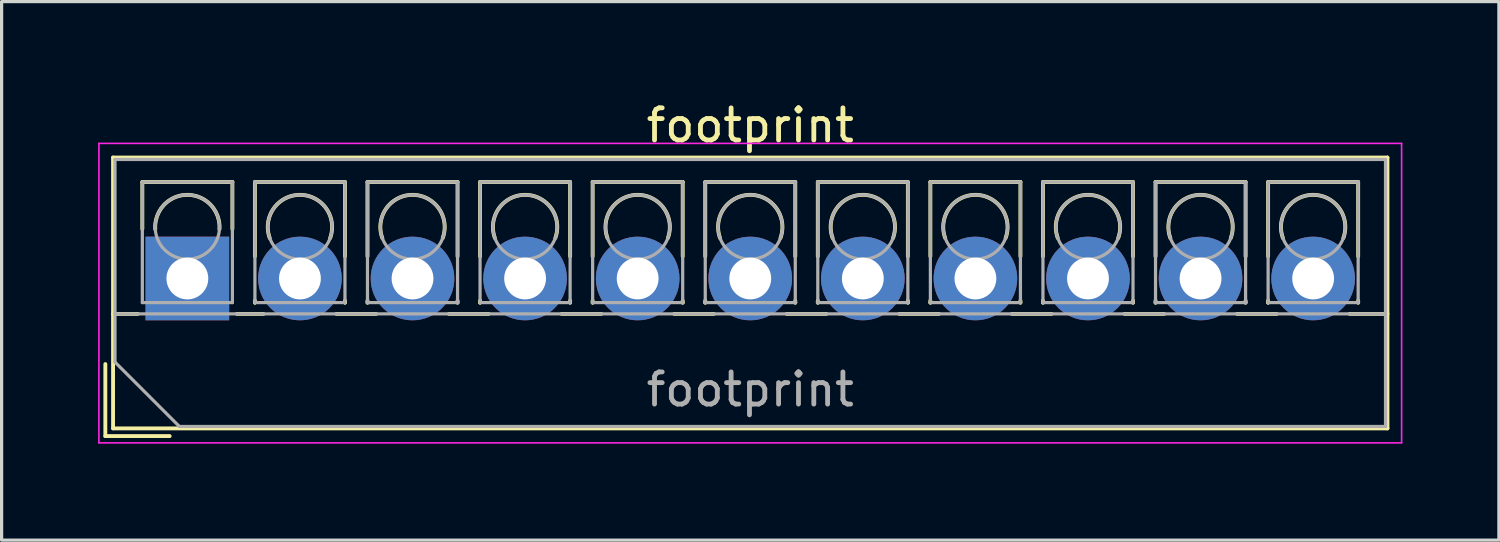
<source format=kicad_pcb>
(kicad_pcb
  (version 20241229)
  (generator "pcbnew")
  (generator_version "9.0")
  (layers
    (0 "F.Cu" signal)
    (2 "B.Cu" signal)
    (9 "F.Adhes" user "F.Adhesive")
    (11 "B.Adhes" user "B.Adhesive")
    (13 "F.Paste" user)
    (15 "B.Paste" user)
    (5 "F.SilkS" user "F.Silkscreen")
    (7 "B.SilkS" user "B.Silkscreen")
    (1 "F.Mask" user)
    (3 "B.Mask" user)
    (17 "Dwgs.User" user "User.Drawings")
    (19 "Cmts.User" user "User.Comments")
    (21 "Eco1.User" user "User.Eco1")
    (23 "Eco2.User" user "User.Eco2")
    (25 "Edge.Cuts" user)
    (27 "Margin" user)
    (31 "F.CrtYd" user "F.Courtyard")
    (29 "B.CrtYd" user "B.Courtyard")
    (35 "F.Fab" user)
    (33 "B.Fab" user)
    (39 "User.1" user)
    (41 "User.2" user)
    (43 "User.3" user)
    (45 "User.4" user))
  (footprint "footprint"
    (layer "F.Cu")
    (at 2.775 5.608)
    (property "Reference" "footprint" (at 17.5 -4.76 0) (layer "F.SilkS") (effects (font (size 1 1) (thickness 0.15))))
    (attr through_hole)
    (fp_line (start -2.55 2.66) (end -2.55 4.9) (stroke (width 0.12) (type solid)) (layer "F.SilkS"))
    (fp_line (start -2.55 4.9) (end -0.55 4.9) (stroke (width 0.12) (type solid)) (layer "F.SilkS"))
    (fp_line (start -2.31 -3.76) (end -2.31 4.66) (stroke (width 0.12) (type solid)) (layer "F.SilkS"))
    (fp_line (start -2.31 -3.76) (end 37.31 -3.76) (stroke (width 0.12) (type solid)) (layer "F.SilkS"))
    (fp_line (start -2.31 1.101) (end -1.54 1.101) (stroke (width 0.12) (type solid)) (layer "F.SilkS"))
    (fp_line (start -2.31 4.66) (end 37.31 4.66) (stroke (width 0.12) (type solid)) (layer "F.SilkS"))
    (fp_line (start -1.4 -3) (end -1.4 -1.54) (stroke (width 0.12) (type solid)) (layer "F.SilkS"))
    (fp_line (start -1.4 -3) (end 1.4 -3) (stroke (width 0.12) (type solid)) (layer "F.SilkS"))
    (fp_line (start 1.4 -3) (end 1.4 -1.54) (stroke (width 0.12) (type solid)) (layer "F.SilkS"))
    (fp_line (start 1.54 1.101) (end 2.367 1.101) (stroke (width 0.12) (type solid)) (layer "F.SilkS"))
    (fp_line (start 2.1 -3) (end 2.1 -0.689) (stroke (width 0.12) (type solid)) (layer "F.SilkS"))
    (fp_line (start 2.1 -3) (end 4.9 -3) (stroke (width 0.12) (type solid)) (layer "F.SilkS"))
    (fp_line (start 2.1 0.689) (end 2.1 0.75) (stroke (width 0.12) (type solid)) (layer "F.SilkS"))
    (fp_line (start 2.1 0.75) (end 2.101 0.75) (stroke (width 0.12) (type solid)) (layer "F.SilkS"))
    (fp_line (start 4.634 1.101) (end 5.867 1.101) (stroke (width 0.12) (type solid)) (layer "F.SilkS"))
    (fp_line (start 4.9 -3) (end 4.9 -0.689) (stroke (width 0.12) (type solid)) (layer "F.SilkS"))
    (fp_line (start 4.9 0.689) (end 4.9 0.75) (stroke (width 0.12) (type solid)) (layer "F.SilkS"))
    (fp_line (start 4.9 0.75) (end 4.9 0.75) (stroke (width 0.12) (type solid)) (layer "F.SilkS"))
    (fp_line (start 5.6 -3) (end 5.6 -0.689) (stroke (width 0.12) (type solid)) (layer "F.SilkS"))
    (fp_line (start 5.6 -3) (end 8.4 -3) (stroke (width 0.12) (type solid)) (layer "F.SilkS"))
    (fp_line (start 5.6 0.689) (end 5.6 0.75) (stroke (width 0.12) (type solid)) (layer "F.SilkS"))
    (fp_line (start 5.6 0.75) (end 5.601 0.75) (stroke (width 0.12) (type solid)) (layer "F.SilkS"))
    (fp_line (start 8.134 1.101) (end 9.367 1.101) (stroke (width 0.12) (type solid)) (layer "F.SilkS"))
    (fp_line (start 8.4 -3) (end 8.4 -0.689) (stroke (width 0.12) (type solid)) (layer "F.SilkS"))
    (fp_line (start 8.4 0.689) (end 8.4 0.75) (stroke (width 0.12) (type solid)) (layer "F.SilkS"))
    (fp_line (start 8.4 0.75) (end 8.4 0.75) (stroke (width 0.12) (type solid)) (layer "F.SilkS"))
    (fp_line (start 9.1 -3) (end 9.1 -0.689) (stroke (width 0.12) (type solid)) (layer "F.SilkS"))
    (fp_line (start 9.1 -3) (end 11.9 -3) (stroke (width 0.12) (type solid)) (layer "F.SilkS"))
    (fp_line (start 9.1 0.689) (end 9.1 0.75) (stroke (width 0.12) (type solid)) (layer "F.SilkS"))
    (fp_line (start 9.1 0.75) (end 9.101 0.75) (stroke (width 0.12) (type solid)) (layer "F.SilkS"))
    (fp_line (start 11.634 1.101) (end 12.867 1.101) (stroke (width 0.12) (type solid)) (layer "F.SilkS"))
    (fp_line (start 11.9 -3) (end 11.9 -0.689) (stroke (width 0.12) (type solid)) (layer "F.SilkS"))
    (fp_line (start 11.9 0.689) (end 11.9 0.75) (stroke (width 0.12) (type solid)) (layer "F.SilkS"))
    (fp_line (start 11.9 0.75) (end 11.9 0.75) (stroke (width 0.12) (type solid)) (layer "F.SilkS"))
    (fp_line (start 12.6 -3) (end 12.6 -0.689) (stroke (width 0.12) (type solid)) (layer "F.SilkS"))
    (fp_line (start 12.6 -3) (end 15.4 -3) (stroke (width 0.12) (type solid)) (layer "F.SilkS"))
    (fp_line (start 12.6 0.689) (end 12.6 0.75) (stroke (width 0.12) (type solid)) (layer "F.SilkS"))
    (fp_line (start 12.6 0.75) (end 12.601 0.75) (stroke (width 0.12) (type solid)) (layer "F.SilkS"))
    (fp_line (start 15.134 1.101) (end 16.367 1.101) (stroke (width 0.12) (type solid)) (layer "F.SilkS"))
    (fp_line (start 15.4 -3) (end 15.4 -0.689) (stroke (width 0.12) (type solid)) (layer "F.SilkS"))
    (fp_line (start 15.4 0.689) (end 15.4 0.75) (stroke (width 0.12) (type solid)) (layer "F.SilkS"))
    (fp_line (start 15.4 0.75) (end 15.4 0.75) (stroke (width 0.12) (type solid)) (layer "F.SilkS"))
    (fp_line (start 16.101 -3) (end 16.101 -0.689) (stroke (width 0.12) (type solid)) (layer "F.SilkS"))
    (fp_line (start 16.101 -3) (end 18.9 -3) (stroke (width 0.12) (type solid)) (layer "F.SilkS"))
    (fp_line (start 16.101 0.689) (end 16.101 0.75) (stroke (width 0.12) (type solid)) (layer "F.SilkS"))
    (fp_line (start 16.101 0.75) (end 16.101 0.75) (stroke (width 0.12) (type solid)) (layer "F.SilkS"))
    (fp_line (start 18.634 1.101) (end 19.867 1.101) (stroke (width 0.12) (type solid)) (layer "F.SilkS"))
    (fp_line (start 18.9 -3) (end 18.9 -0.689) (stroke (width 0.12) (type solid)) (layer "F.SilkS"))
    (fp_line (start 18.9 0.689) (end 18.9 0.75) (stroke (width 0.12) (type solid)) (layer "F.SilkS"))
    (fp_line (start 18.9 0.75) (end 18.9 0.75) (stroke (width 0.12) (type solid)) (layer "F.SilkS"))
    (fp_line (start 19.6 -3) (end 19.6 -0.689) (stroke (width 0.12) (type solid)) (layer "F.SilkS"))
    (fp_line (start 19.6 -3) (end 22.4 -3) (stroke (width 0.12) (type solid)) (layer "F.SilkS"))
    (fp_line (start 19.6 0.689) (end 19.6 0.75) (stroke (width 0.12) (type solid)) (layer "F.SilkS"))
    (fp_line (start 19.6 0.75) (end 19.601 0.75) (stroke (width 0.12) (type solid)) (layer "F.SilkS"))
    (fp_line (start 22.134 1.101) (end 23.367 1.101) (stroke (width 0.12) (type solid)) (layer "F.SilkS"))
    (fp_line (start 22.4 -3) (end 22.4 -0.689) (stroke (width 0.12) (type solid)) (layer "F.SilkS"))
    (fp_line (start 22.4 0.689) (end 22.4 0.75) (stroke (width 0.12) (type solid)) (layer "F.SilkS"))
    (fp_line (start 22.4 0.75) (end 22.4 0.75) (stroke (width 0.12) (type solid)) (layer "F.SilkS"))
    (fp_line (start 23.1 -3) (end 23.1 -0.689) (stroke (width 0.12) (type solid)) (layer "F.SilkS"))
    (fp_line (start 23.1 -3) (end 25.9 -3) (stroke (width 0.12) (type solid)) (layer "F.SilkS"))
    (fp_line (start 23.1 0.689) (end 23.1 0.75) (stroke (width 0.12) (type solid)) (layer "F.SilkS"))
    (fp_line (start 23.1 0.75) (end 23.101 0.75) (stroke (width 0.12) (type solid)) (layer "F.SilkS"))
    (fp_line (start 25.634 1.101) (end 26.867 1.101) (stroke (width 0.12) (type solid)) (layer "F.SilkS"))
    (fp_line (start 25.9 -3) (end 25.9 -0.689) (stroke (width 0.12) (type solid)) (layer "F.SilkS"))
    (fp_line (start 25.9 0.689) (end 25.9 0.75) (stroke (width 0.12) (type solid)) (layer "F.SilkS"))
    (fp_line (start 25.9 0.75) (end 25.9 0.75) (stroke (width 0.12) (type solid)) (layer "F.SilkS"))
    (fp_line (start 26.6 -3) (end 26.6 -0.689) (stroke (width 0.12) (type solid)) (layer "F.SilkS"))
    (fp_line (start 26.6 -3) (end 29.4 -3) (stroke (width 0.12) (type solid)) (layer "F.SilkS"))
    (fp_line (start 26.6 0.689) (end 26.6 0.75) (stroke (width 0.12) (type solid)) (layer "F.SilkS"))
    (fp_line (start 26.6 0.75) (end 26.601 0.75) (stroke (width 0.12) (type solid)) (layer "F.SilkS"))
    (fp_line (start 29.134 1.101) (end 30.367 1.101) (stroke (width 0.12) (type solid)) (layer "F.SilkS"))
    (fp_line (start 29.4 -3) (end 29.4 -0.689) (stroke (width 0.12) (type solid)) (layer "F.SilkS"))
    (fp_line (start 29.4 0.689) (end 29.4 0.75) (stroke (width 0.12) (type solid)) (layer "F.SilkS"))
    (fp_line (start 29.4 0.75) (end 29.4 0.75) (stroke (width 0.12) (type solid)) (layer "F.SilkS"))
    (fp_line (start 30.1 -3) (end 30.1 -0.689) (stroke (width 0.12) (type solid)) (layer "F.SilkS"))
    (fp_line (start 30.1 -3) (end 32.9 -3) (stroke (width 0.12) (type solid)) (layer "F.SilkS"))
    (fp_line (start 30.1 0.689) (end 30.1 0.75) (stroke (width 0.12) (type solid)) (layer "F.SilkS"))
    (fp_line (start 30.1 0.75) (end 30.101 0.75) (stroke (width 0.12) (type solid)) (layer "F.SilkS"))
    (fp_line (start 32.634 1.101) (end 33.867 1.101) (stroke (width 0.12) (type solid)) (layer "F.SilkS"))
    (fp_line (start 32.9 -3) (end 32.9 -0.689) (stroke (width 0.12) (type solid)) (layer "F.SilkS"))
    (fp_line (start 32.9 0.689) (end 32.9 0.75) (stroke (width 0.12) (type solid)) (layer "F.SilkS"))
    (fp_line (start 32.9 0.75) (end 32.9 0.75) (stroke (width 0.12) (type solid)) (layer "F.SilkS"))
    (fp_line (start 33.6 -3) (end 33.6 -0.689) (stroke (width 0.12) (type solid)) (layer "F.SilkS"))
    (fp_line (start 33.6 -3) (end 36.4 -3) (stroke (width 0.12) (type solid)) (layer "F.SilkS"))
    (fp_line (start 33.6 0.689) (end 33.6 0.75) (stroke (width 0.12) (type solid)) (layer "F.SilkS"))
    (fp_line (start 33.6 0.75) (end 33.601 0.75) (stroke (width 0.12) (type solid)) (layer "F.SilkS"))
    (fp_line (start 36.134 1.101) (end 37.31 1.101) (stroke (width 0.12) (type solid)) (layer "F.SilkS"))
    (fp_line (start 36.4 -3) (end 36.4 -0.689) (stroke (width 0.12) (type solid)) (layer "F.SilkS"))
    (fp_line (start 36.4 0.689) (end 36.4 0.75) (stroke (width 0.12) (type solid)) (layer "F.SilkS"))
    (fp_line (start 36.4 0.75) (end 36.4 0.75) (stroke (width 0.12) (type solid)) (layer "F.SilkS"))
    (fp_line (start 37.31 -3.76) (end 37.31 4.66) (stroke (width 0.12) (type solid)) (layer "F.SilkS"))
    (fp_arc (start -0.99789 -1.529434) (mid -0.000785 -2.600382) (end 0.998 -1.531) (stroke (width 0.12) (type solid)) (layer "F.SilkS"))
    (fp_arc (start 2.560085 -1.257767) (mid 3.499876 -2.600282) (end 4.44 -1.258) (stroke (width 0.12) (type solid)) (layer "F.SilkS"))
    (fp_arc (start 6.060085 -1.257767) (mid 6.999876 -2.600282) (end 7.94 -1.258) (stroke (width 0.12) (type solid)) (layer "F.SilkS"))
    (fp_arc (start 9.560085 -1.257767) (mid 10.499876 -2.600282) (end 11.44 -1.258) (stroke (width 0.12) (type solid)) (layer "F.SilkS"))
    (fp_arc (start 13.060085 -1.257767) (mid 13.999876 -2.600282) (end 14.94 -1.258) (stroke (width 0.12) (type solid)) (layer "F.SilkS"))
    (fp_arc (start 16.560085 -1.257767) (mid 17.499876 -2.600282) (end 18.44 -1.258) (stroke (width 0.12) (type solid)) (layer "F.SilkS"))
    (fp_arc (start 20.060085 -1.257767) (mid 20.999876 -2.600282) (end 21.94 -1.258) (stroke (width 0.12) (type solid)) (layer "F.SilkS"))
    (fp_arc (start 23.560085 -1.257767) (mid 24.499876 -2.600282) (end 25.44 -1.258) (stroke (width 0.12) (type solid)) (layer "F.SilkS"))
    (fp_arc (start 27.060085 -1.257767) (mid 27.999876 -2.600282) (end 28.94 -1.258) (stroke (width 0.12) (type solid)) (layer "F.SilkS"))
    (fp_arc (start 30.560085 -1.257767) (mid 31.499876 -2.600282) (end 32.44 -1.258) (stroke (width 0.12) (type solid)) (layer "F.SilkS"))
    (fp_arc (start 34.060085 -1.257767) (mid 34.999876 -2.600282) (end 35.94 -1.258) (stroke (width 0.12) (type solid)) (layer "F.SilkS"))
    (fp_line (start -2.75 -4.2) (end -2.75 5.11) (stroke (width 0.05) (type solid)) (layer "F.CrtYd"))
    (fp_line (start -2.75 5.11) (end 37.75 5.11) (stroke (width 0.05) (type solid)) (layer "F.CrtYd"))
    (fp_line (start 37.75 -4.2) (end -2.75 -4.2) (stroke (width 0.05) (type solid)) (layer "F.CrtYd"))
    (fp_line (start 37.75 5.11) (end 37.75 -4.2) (stroke (width 0.05) (type solid)) (layer "F.CrtYd"))
    (fp_line (start -2.25 -3.7) (end 37.25 -3.7) (stroke (width 0.1) (type solid)) (layer "F.Fab"))
    (fp_line (start -2.25 1.1) (end 37.25 1.1) (stroke (width 0.1) (type solid)) (layer "F.Fab"))
    (fp_line (start -2.25 2.6) (end -2.25 -3.7) (stroke (width 0.1) (type solid)) (layer "F.Fab"))
    (fp_line (start -1.4 -3) (end -1.4 0.75) (stroke (width 0.1) (type solid)) (layer "F.Fab"))
    (fp_line (start -1.4 0.75) (end 1.4 0.75) (stroke (width 0.1) (type solid)) (layer "F.Fab"))
    (fp_line (start -0.25 4.6) (end -2.25 2.6) (stroke (width 0.1) (type solid)) (layer "F.Fab"))
    (fp_line (start 1.4 -3) (end -1.4 -3) (stroke (width 0.1) (type solid)) (layer "F.Fab"))
    (fp_line (start 1.4 0.75) (end 1.4 -3) (stroke (width 0.1) (type solid)) (layer "F.Fab"))
    (fp_line (start 2.1 -3) (end 2.1 0.75) (stroke (width 0.1) (type solid)) (layer "F.Fab"))
    (fp_line (start 2.1 0.75) (end 4.9 0.75) (stroke (width 0.1) (type solid)) (layer "F.Fab"))
    (fp_line (start 4.9 -3) (end 2.1 -3) (stroke (width 0.1) (type solid)) (layer "F.Fab"))
    (fp_line (start 4.9 0.75) (end 4.9 -3) (stroke (width 0.1) (type solid)) (layer "F.Fab"))
    (fp_line (start 5.6 -3) (end 5.6 0.75) (stroke (width 0.1) (type solid)) (layer "F.Fab"))
    (fp_line (start 5.6 0.75) (end 8.4 0.75) (stroke (width 0.1) (type solid)) (layer "F.Fab"))
    (fp_line (start 8.4 -3) (end 5.6 -3) (stroke (width 0.1) (type solid)) (layer "F.Fab"))
    (fp_line (start 8.4 0.75) (end 8.4 -3) (stroke (width 0.1) (type solid)) (layer "F.Fab"))
    (fp_line (start 9.1 -3) (end 9.1 0.75) (stroke (width 0.1) (type solid)) (layer "F.Fab"))
    (fp_line (start 9.1 0.75) (end 11.9 0.75) (stroke (width 0.1) (type solid)) (layer "F.Fab"))
    (fp_line (start 11.9 -3) (end 9.1 -3) (stroke (width 0.1) (type solid)) (layer "F.Fab"))
    (fp_line (start 11.9 0.75) (end 11.9 -3) (stroke (width 0.1) (type solid)) (layer "F.Fab"))
    (fp_line (start 12.6 -3) (end 12.6 0.75) (stroke (width 0.1) (type solid)) (layer "F.Fab"))
    (fp_line (start 12.6 0.75) (end 15.4 0.75) (stroke (width 0.1) (type solid)) (layer "F.Fab"))
    (fp_line (start 15.4 -3) (end 12.6 -3) (stroke (width 0.1) (type solid)) (layer "F.Fab"))
    (fp_line (start 15.4 0.75) (end 15.4 -3) (stroke (width 0.1) (type solid)) (layer "F.Fab"))
    (fp_line (start 16.101 -3) (end 16.101 0.75) (stroke (width 0.1) (type solid)) (layer "F.Fab"))
    (fp_line (start 16.101 0.75) (end 18.9 0.75) (stroke (width 0.1) (type solid)) (layer "F.Fab"))
    (fp_line (start 18.9 -3) (end 16.101 -3) (stroke (width 0.1) (type solid)) (layer "F.Fab"))
    (fp_line (start 18.9 0.75) (end 18.9 -3) (stroke (width 0.1) (type solid)) (layer "F.Fab"))
    (fp_line (start 19.6 -3) (end 19.6 0.75) (stroke (width 0.1) (type solid)) (layer "F.Fab"))
    (fp_line (start 19.6 0.75) (end 22.4 0.75) (stroke (width 0.1) (type solid)) (layer "F.Fab"))
    (fp_line (start 22.4 -3) (end 19.6 -3) (stroke (width 0.1) (type solid)) (layer "F.Fab"))
    (fp_line (start 22.4 0.75) (end 22.4 -3) (stroke (width 0.1) (type solid)) (layer "F.Fab"))
    (fp_line (start 23.1 -3) (end 23.1 0.75) (stroke (width 0.1) (type solid)) (layer "F.Fab"))
    (fp_line (start 23.1 0.75) (end 25.9 0.75) (stroke (width 0.1) (type solid)) (layer "F.Fab"))
    (fp_line (start 25.9 -3) (end 23.1 -3) (stroke (width 0.1) (type solid)) (layer "F.Fab"))
    (fp_line (start 25.9 0.75) (end 25.9 -3) (stroke (width 0.1) (type solid)) (layer "F.Fab"))
    (fp_line (start 26.6 -3) (end 26.6 0.75) (stroke (width 0.1) (type solid)) (layer "F.Fab"))
    (fp_line (start 26.6 0.75) (end 29.4 0.75) (stroke (width 0.1) (type solid)) (layer "F.Fab"))
    (fp_line (start 29.4 -3) (end 26.6 -3) (stroke (width 0.1) (type solid)) (layer "F.Fab"))
    (fp_line (start 29.4 0.75) (end 29.4 -3) (stroke (width 0.1) (type solid)) (layer "F.Fab"))
    (fp_line (start 30.1 -3) (end 30.1 0.75) (stroke (width 0.1) (type solid)) (layer "F.Fab"))
    (fp_line (start 30.1 0.75) (end 32.9 0.75) (stroke (width 0.1) (type solid)) (layer "F.Fab"))
    (fp_line (start 32.9 -3) (end 30.1 -3) (stroke (width 0.1) (type solid)) (layer "F.Fab"))
    (fp_line (start 32.9 0.75) (end 32.9 -3) (stroke (width 0.1) (type solid)) (layer "F.Fab"))
    (fp_line (start 33.6 -3) (end 33.6 0.75) (stroke (width 0.1) (type solid)) (layer "F.Fab"))
    (fp_line (start 33.6 0.75) (end 36.4 0.75) (stroke (width 0.1) (type solid)) (layer "F.Fab"))
    (fp_line (start 36.4 -3) (end 33.6 -3) (stroke (width 0.1) (type solid)) (layer "F.Fab"))
    (fp_line (start 36.4 0.75) (end 36.4 -3) (stroke (width 0.1) (type solid)) (layer "F.Fab"))
    (fp_line (start 37.25 -3.7) (end 37.25 4.6) (stroke (width 0.1) (type solid)) (layer "F.Fab"))
    (fp_line (start 37.25 4.6) (end -0.25 4.6) (stroke (width 0.1) (type solid)) (layer "F.Fab"))
    (fp_circle (center 0 -1.6) (end 1 -1.6) (stroke (width 0.1) (type solid)) (fill no) (layer "F.Fab"))
    (fp_circle (center 3.5 -1.6) (end 4.5 -1.6) (stroke (width 0.1) (type solid)) (fill no) (layer "F.Fab"))
    (fp_circle (center 7 -1.6) (end 8 -1.6) (stroke (width 0.1) (type solid)) (fill no) (layer "F.Fab"))
    (fp_circle (center 10.5 -1.6) (end 11.5 -1.6) (stroke (width 0.1) (type solid)) (fill no) (layer "F.Fab"))
    (fp_circle (center 14 -1.6) (end 15 -1.6) (stroke (width 0.1) (type solid)) (fill no) (layer "F.Fab"))
    (fp_circle (center 17.5 -1.6) (end 18.5 -1.6) (stroke (width 0.1) (type solid)) (fill no) (layer "F.Fab"))
    (fp_circle (center 21 -1.6) (end 22 -1.6) (stroke (width 0.1) (type solid)) (fill no) (layer "F.Fab"))
    (fp_circle (center 24.5 -1.6) (end 25.5 -1.6) (stroke (width 0.1) (type solid)) (fill no) (layer "F.Fab"))
    (fp_circle (center 28 -1.6) (end 29 -1.6) (stroke (width 0.1) (type solid)) (fill no) (layer "F.Fab"))
    (fp_circle (center 31.5 -1.6) (end 32.5 -1.6) (stroke (width 0.1) (type solid)) (fill no) (layer "F.Fab"))
    (fp_circle (center 35 -1.6) (end 36 -1.6) (stroke (width 0.1) (type solid)) (fill no) (layer "F.Fab"))
    (fp_text user "${REFERENCE}" (at 17.5 3.45 0) (layer "F.Fab") (effects (font (size 1 1) (thickness 0.15))))
    (pad "1" thru_hole rect (at 0 0) (size 2.6 2.6) (drill 1.3) (layers "*.Cu" "*.Mask"))
    (pad "2" thru_hole circle (at 3.5 0) (size 2.6 2.6) (drill 1.3) (layers "*.Cu" "*.Mask"))
    (pad "3" thru_hole circle (at 7 0) (size 2.6 2.6) (drill 1.3) (layers "*.Cu" "*.Mask"))
    (pad "4" thru_hole circle (at 10.5 0) (size 2.6 2.6) (drill 1.3) (layers "*.Cu" "*.Mask"))
    (pad "5" thru_hole circle (at 14 0) (size 2.6 2.6) (drill 1.3) (layers "*.Cu" "*.Mask"))
    (pad "6" thru_hole circle (at 17.5 0) (size 2.6 2.6) (drill 1.3) (layers "*.Cu" "*.Mask"))
    (pad "7" thru_hole circle (at 21 0) (size 2.6 2.6) (drill 1.3) (layers "*.Cu" "*.Mask"))
    (pad "8" thru_hole circle (at 24.5 0) (size 2.6 2.6) (drill 1.3) (layers "*.Cu" "*.Mask"))
    (pad "9" thru_hole circle (at 28 0) (size 2.6 2.6) (drill 1.3) (layers "*.Cu" "*.Mask"))
    (pad "10" thru_hole circle (at 31.5 0) (size 2.6 2.6) (drill 1.3) (layers "*.Cu" "*.Mask"))
    (pad "11" thru_hole circle (at 35 0) (size 2.6 2.6) (drill 1.3) (layers "*.Cu" "*.Mask")))
  (gr_rect
    (start -3 -3)
    (end 43.55 13.743)
    (stroke (width 0.1) (type default))
    (fill no)
    (layer "Edge.Cuts")))
</source>
